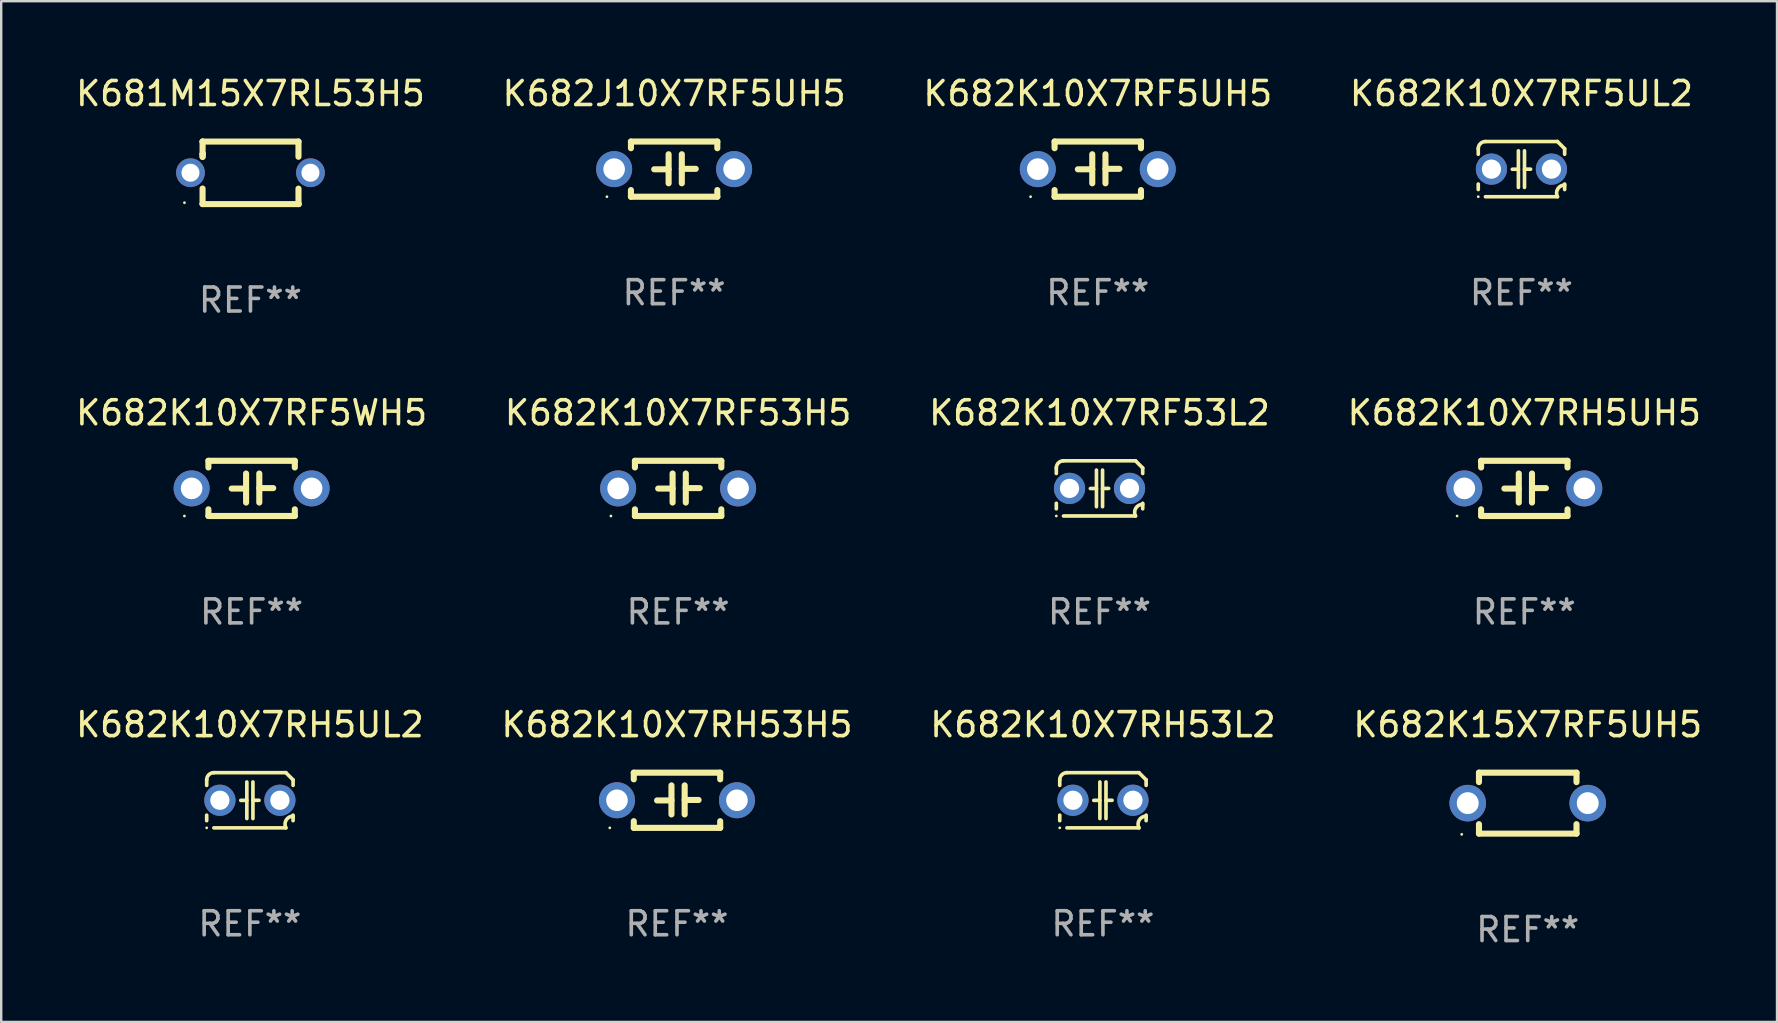
<source format=kicad_pcb>
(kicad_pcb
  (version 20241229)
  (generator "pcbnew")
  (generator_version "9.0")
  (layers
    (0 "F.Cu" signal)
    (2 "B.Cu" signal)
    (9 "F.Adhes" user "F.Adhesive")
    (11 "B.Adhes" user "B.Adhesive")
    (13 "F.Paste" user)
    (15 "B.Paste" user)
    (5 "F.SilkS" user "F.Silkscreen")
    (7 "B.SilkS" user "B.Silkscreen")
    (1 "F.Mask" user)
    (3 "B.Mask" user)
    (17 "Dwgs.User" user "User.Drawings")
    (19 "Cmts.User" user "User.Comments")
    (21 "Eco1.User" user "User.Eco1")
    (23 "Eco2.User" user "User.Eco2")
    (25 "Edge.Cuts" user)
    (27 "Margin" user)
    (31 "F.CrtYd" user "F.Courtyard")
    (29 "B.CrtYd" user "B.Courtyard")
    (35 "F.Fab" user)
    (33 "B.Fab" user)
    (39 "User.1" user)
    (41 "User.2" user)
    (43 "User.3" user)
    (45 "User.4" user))
  (footprint "K682K10X7RF5UH5"
    (layer "F.Cu")
    (at 42.696 3.998)
    (property "Reference" "K682K10X7RF5UH5" (at 0 -3.15 0) (layer "F.SilkS") (effects (font (size 1 1) (thickness 0.15))))
    (attr through_hole)
    (fp_line (start -1.8 -1.15) (end -1.8 -0.872) (stroke (width 0.254) (type solid)) (layer "F.SilkS"))
    (fp_line (start -1.8 -1.15) (end 1.8 -1.15) (stroke (width 0.254) (type solid)) (layer "F.SilkS"))
    (fp_line (start -1.8 0.872) (end -1.8 1.15) (stroke (width 0.254) (type solid)) (layer "F.SilkS"))
    (fp_line (start -1.8 1.15) (end 1.8 1.15) (stroke (width 0.254) (type solid)) (layer "F.SilkS"))
    (fp_line (start -0.23 -0.62) (end -0.23 0.59) (stroke (width 0.254) (type solid)) (layer "F.SilkS"))
    (fp_line (start -0.23 0.007) (end -0.83 0.007) (stroke (width 0.254) (type solid)) (layer "F.SilkS"))
    (fp_line (start 0.32 -0.62) (end 0.32 0.59) (stroke (width 0.254) (type solid)) (layer "F.SilkS"))
    (fp_line (start 0.32 -0.012) (end 0.9 -0.012) (stroke (width 0.254) (type solid)) (layer "F.SilkS"))
    (fp_line (start 1.8 -1.15) (end 1.8 -0.872) (stroke (width 0.254) (type solid)) (layer "F.SilkS"))
    (fp_line (start 1.8 0.872) (end 1.8 1.15) (stroke (width 0.254) (type solid)) (layer "F.SilkS"))
    (fp_circle (center -2.8 1.15) (end -2.77 1.15) (stroke (width 0.06) (type solid)) (fill no) (layer "F.SilkS"))
    (fp_text user "REF**" (at 0 5.15 0) (layer "F.Fab") (effects (font (size 1 1) (thickness 0.15))))
    (pad "1" thru_hole circle (at -2.5 0) (size 1.5 1.5) (drill 0.9) (layers "*.Cu" "*.Mask"))
    (pad "2" thru_hole circle (at 2.5 0) (size 1.5 1.5) (drill 0.9) (layers "*.Cu" "*.Mask")))
  (footprint "K682K10X7RF5UL2"
    (layer "F.Cu")
    (at 60.351 3.998)
    (property "Reference" "K682K10X7RF5UL2" (at 0 -3.15 0) (layer "F.SilkS") (effects (font (size 1 1) (thickness 0.15))))
    (attr through_hole)
    (fp_line (start -1.8 -0.621) (end -1.8 -0.85) (stroke (width 0.152) (type solid)) (layer "F.SilkS"))
    (fp_line (start -1.8 0.85) (end -1.8 0.621) (stroke (width 0.152) (type solid)) (layer "F.SilkS"))
    (fp_line (start -1.5 -1.15) (end 1.5 -1.15) (stroke (width 0.152) (type solid)) (layer "F.SilkS"))
    (fp_line (start -0.127 -0.762) (end -0.127 0.762) (stroke (width 0.152) (type solid)) (layer "F.SilkS"))
    (fp_line (start -0.127 0.005) (end -0.381 0.005) (stroke (width 0.152) (type solid)) (layer "F.SilkS"))
    (fp_line (start 0.127 -0.762) (end 0.127 0.762) (stroke (width 0.152) (type solid)) (layer "F.SilkS"))
    (fp_line (start 0.127 0.002) (end 0.381 0.002) (stroke (width 0.152) (type solid)) (layer "F.SilkS"))
    (fp_line (start 1.5 1.15) (end -1.5 1.15) (stroke (width 0.152) (type solid)) (layer "F.SilkS"))
    (fp_line (start 1.8 -0.85) (end 1.8 -0.621) (stroke (width 0.152) (type solid)) (layer "F.SilkS"))
    (fp_line (start 1.8 0.621) (end 1.8 0.85) (stroke (width 0.152) (type solid)) (layer "F.SilkS"))
    (fp_arc (start -1.799975 -0.849987) (mid -1.712107 -1.062119) (end -1.499975 -1.149987) (stroke (width 0.151994) (type solid)) (layer "F.SilkS"))
    (fp_arc (start 1.499975 1.149987) (mid 1.513726 0.822359) (end 1.799975 0.662387) (stroke (width 0.151994) (type solid)) (layer "F.SilkS"))
    (fp_arc (start 1.500001 -1.149986) (mid 1.650015 -1.000001) (end 1.8 -0.849987) (stroke (width 0.151994) (type solid)) (layer "F.SilkS"))
    (fp_circle (center -1.8 1.15) (end -1.77 1.15) (stroke (width 0.06) (type solid)) (fill no) (layer "F.SilkS"))
    (fp_text user "REF**" (at 0 5.15 0) (layer "F.Fab") (effects (font (size 1 1) (thickness 0.15))))
    (pad "1" thru_hole circle (at -1.25 0) (size 1.3 1.3) (drill 0.8) (layers "*.Cu" "*.Mask"))
    (pad "2" thru_hole circle (at 1.25 0) (size 1.3 1.3) (drill 0.8) (layers "*.Cu" "*.Mask")))
  (footprint "K682K10X7RF53H5"
    (layer "F.Cu")
    (at 25.208 17.302)
    (property "Reference" "K682K10X7RF53H5" (at 0 -3.15 0) (layer "F.SilkS") (effects (font (size 1 1) (thickness 0.15))))
    (attr through_hole)
    (fp_line (start -1.8 -1.15) (end -1.8 -0.872) (stroke (width 0.254) (type solid)) (layer "F.SilkS"))
    (fp_line (start -1.8 -1.15) (end 1.8 -1.15) (stroke (width 0.254) (type solid)) (layer "F.SilkS"))
    (fp_line (start -1.8 0.872) (end -1.8 1.15) (stroke (width 0.254) (type solid)) (layer "F.SilkS"))
    (fp_line (start -1.8 1.15) (end 1.8 1.15) (stroke (width 0.254) (type solid)) (layer "F.SilkS"))
    (fp_line (start -0.23 -0.62) (end -0.23 0.59) (stroke (width 0.254) (type solid)) (layer "F.SilkS"))
    (fp_line (start -0.23 0.007) (end -0.83 0.007) (stroke (width 0.254) (type solid)) (layer "F.SilkS"))
    (fp_line (start 0.32 -0.62) (end 0.32 0.59) (stroke (width 0.254) (type solid)) (layer "F.SilkS"))
    (fp_line (start 0.32 -0.012) (end 0.9 -0.012) (stroke (width 0.254) (type solid)) (layer "F.SilkS"))
    (fp_line (start 1.8 -1.15) (end 1.8 -0.872) (stroke (width 0.254) (type solid)) (layer "F.SilkS"))
    (fp_line (start 1.8 0.872) (end 1.8 1.15) (stroke (width 0.254) (type solid)) (layer "F.SilkS"))
    (fp_circle (center -2.8 1.15) (end -2.77 1.15) (stroke (width 0.06) (type solid)) (fill no) (layer "F.SilkS"))
    (fp_text user "REF**" (at 0 5.15 0) (layer "F.Fab") (effects (font (size 1 1) (thickness 0.15))))
    (pad "1" thru_hole circle (at -2.5 0) (size 1.5 1.5) (drill 0.9) (layers "*.Cu" "*.Mask"))
    (pad "2" thru_hole circle (at 2.5 0) (size 1.5 1.5) (drill 0.9) (layers "*.Cu" "*.Mask")))
  (footprint "K682K10X7RF53L2"
    (layer "F.Cu")
    (at 42.768 17.302)
    (property "Reference" "K682K10X7RF53L2" (at 0 -3.15 0) (layer "F.SilkS") (effects (font (size 1 1) (thickness 0.15))))
    (attr through_hole)
    (fp_line (start -1.8 -0.621) (end -1.8 -0.85) (stroke (width 0.152) (type solid)) (layer "F.SilkS"))
    (fp_line (start -1.8 0.85) (end -1.8 0.621) (stroke (width 0.152) (type solid)) (layer "F.SilkS"))
    (fp_line (start -1.5 -1.15) (end 1.5 -1.15) (stroke (width 0.152) (type solid)) (layer "F.SilkS"))
    (fp_line (start -0.127 -0.762) (end -0.127 0.762) (stroke (width 0.152) (type solid)) (layer "F.SilkS"))
    (fp_line (start -0.127 0.005) (end -0.381 0.005) (stroke (width 0.152) (type solid)) (layer "F.SilkS"))
    (fp_line (start 0.127 -0.762) (end 0.127 0.762) (stroke (width 0.152) (type solid)) (layer "F.SilkS"))
    (fp_line (start 0.127 0.002) (end 0.381 0.002) (stroke (width 0.152) (type solid)) (layer "F.SilkS"))
    (fp_line (start 1.5 1.15) (end -1.5 1.15) (stroke (width 0.152) (type solid)) (layer "F.SilkS"))
    (fp_line (start 1.8 -0.85) (end 1.8 -0.621) (stroke (width 0.152) (type solid)) (layer "F.SilkS"))
    (fp_line (start 1.8 0.621) (end 1.8 0.85) (stroke (width 0.152) (type solid)) (layer "F.SilkS"))
    (fp_arc (start -1.799975 -0.849987) (mid -1.712107 -1.062119) (end -1.499975 -1.149987) (stroke (width 0.151994) (type solid)) (layer "F.SilkS"))
    (fp_arc (start 1.499975 1.149987) (mid 1.513726 0.822359) (end 1.799975 0.662387) (stroke (width 0.151994) (type solid)) (layer "F.SilkS"))
    (fp_arc (start 1.500001 -1.149986) (mid 1.650015 -1.000001) (end 1.8 -0.849987) (stroke (width 0.151994) (type solid)) (layer "F.SilkS"))
    (fp_circle (center -1.8 1.15) (end -1.77 1.15) (stroke (width 0.06) (type solid)) (fill no) (layer "F.SilkS"))
    (fp_text user "REF**" (at 0 5.15 0) (layer "F.Fab") (effects (font (size 1 1) (thickness 0.15))))
    (pad "1" thru_hole circle (at -1.25 0) (size 1.3 1.3) (drill 0.8) (layers "*.Cu" "*.Mask"))
    (pad "2" thru_hole circle (at 1.25 0) (size 1.3 1.3) (drill 0.8) (layers "*.Cu" "*.Mask")))
  (footprint "K682K10X7RH5UL2"
    (layer "F.Cu")
    (at 7.363 30.298)
    (property "Reference" "K682K10X7RH5UL2" (at 0 -3.15 0) (layer "F.SilkS") (effects (font (size 1 1) (thickness 0.15))))
    (attr through_hole)
    (fp_line (start -1.8 -0.621) (end -1.8 -0.85) (stroke (width 0.152) (type solid)) (layer "F.SilkS"))
    (fp_line (start -1.8 0.85) (end -1.8 0.621) (stroke (width 0.152) (type solid)) (layer "F.SilkS"))
    (fp_line (start -1.5 -1.15) (end 1.5 -1.15) (stroke (width 0.152) (type solid)) (layer "F.SilkS"))
    (fp_line (start -0.127 -0.762) (end -0.127 0.762) (stroke (width 0.152) (type solid)) (layer "F.SilkS"))
    (fp_line (start -0.127 0.005) (end -0.381 0.005) (stroke (width 0.152) (type solid)) (layer "F.SilkS"))
    (fp_line (start 0.127 -0.762) (end 0.127 0.762) (stroke (width 0.152) (type solid)) (layer "F.SilkS"))
    (fp_line (start 0.127 0.002) (end 0.381 0.002) (stroke (width 0.152) (type solid)) (layer "F.SilkS"))
    (fp_line (start 1.5 1.15) (end -1.5 1.15) (stroke (width 0.152) (type solid)) (layer "F.SilkS"))
    (fp_line (start 1.8 -0.85) (end 1.8 -0.621) (stroke (width 0.152) (type solid)) (layer "F.SilkS"))
    (fp_line (start 1.8 0.621) (end 1.8 0.85) (stroke (width 0.152) (type solid)) (layer "F.SilkS"))
    (fp_arc (start -1.799975 -0.849987) (mid -1.712107 -1.062119) (end -1.499975 -1.149987) (stroke (width 0.151994) (type solid)) (layer "F.SilkS"))
    (fp_arc (start 1.499975 1.149987) (mid 1.513726 0.822359) (end 1.799975 0.662387) (stroke (width 0.151994) (type solid)) (layer "F.SilkS"))
    (fp_arc (start 1.500001 -1.149986) (mid 1.650015 -1.000001) (end 1.8 -0.849987) (stroke (width 0.151994) (type solid)) (layer "F.SilkS"))
    (fp_circle (center -1.8 1.15) (end -1.77 1.15) (stroke (width 0.06) (type solid)) (fill no) (layer "F.SilkS"))
    (fp_text user "REF**" (at 0 5.15 0) (layer "F.Fab") (effects (font (size 1 1) (thickness 0.15))))
    (pad "1" thru_hole circle (at -1.25 0) (size 1.3 1.3) (drill 0.8) (layers "*.Cu" "*.Mask"))
    (pad "2" thru_hole circle (at 1.25 0) (size 1.3 1.3) (drill 0.8) (layers "*.Cu" "*.Mask")))
  (footprint "K682K10X7RF5WH5"
    (layer "F.Cu")
    (at 7.435 17.302)
    (property "Reference" "K682K10X7RF5WH5" (at 0 -3.15 0) (layer "F.SilkS") (effects (font (size 1 1) (thickness 0.15))))
    (attr through_hole)
    (fp_line (start -1.8 -1.15) (end -1.8 -0.872) (stroke (width 0.254) (type solid)) (layer "F.SilkS"))
    (fp_line (start -1.8 -1.15) (end 1.8 -1.15) (stroke (width 0.254) (type solid)) (layer "F.SilkS"))
    (fp_line (start -1.8 0.872) (end -1.8 1.15) (stroke (width 0.254) (type solid)) (layer "F.SilkS"))
    (fp_line (start -1.8 1.15) (end 1.8 1.15) (stroke (width 0.254) (type solid)) (layer "F.SilkS"))
    (fp_line (start -0.23 -0.62) (end -0.23 0.59) (stroke (width 0.254) (type solid)) (layer "F.SilkS"))
    (fp_line (start -0.23 0.007) (end -0.83 0.007) (stroke (width 0.254) (type solid)) (layer "F.SilkS"))
    (fp_line (start 0.32 -0.62) (end 0.32 0.59) (stroke (width 0.254) (type solid)) (layer "F.SilkS"))
    (fp_line (start 0.32 -0.012) (end 0.9 -0.012) (stroke (width 0.254) (type solid)) (layer "F.SilkS"))
    (fp_line (start 1.8 -1.15) (end 1.8 -0.872) (stroke (width 0.254) (type solid)) (layer "F.SilkS"))
    (fp_line (start 1.8 0.872) (end 1.8 1.15) (stroke (width 0.254) (type solid)) (layer "F.SilkS"))
    (fp_circle (center -2.8 1.15) (end -2.77 1.15) (stroke (width 0.06) (type solid)) (fill no) (layer "F.SilkS"))
    (fp_text user "REF**" (at 0 5.15 0) (layer "F.Fab") (effects (font (size 1 1) (thickness 0.15))))
    (pad "1" thru_hole circle (at -2.5 0) (size 1.5 1.5) (drill 0.9) (layers "*.Cu" "*.Mask"))
    (pad "2" thru_hole circle (at 2.5 0) (size 1.5 1.5) (drill 0.9) (layers "*.Cu" "*.Mask")))
  (footprint "K682K10X7RH53L2"
    (layer "F.Cu")
    (at 42.911 30.298)
    (property "Reference" "K682K10X7RH53L2" (at 0 -3.15 0) (layer "F.SilkS") (effects (font (size 1 1) (thickness 0.15))))
    (attr through_hole)
    (fp_line (start -1.8 -0.621) (end -1.8 -0.85) (stroke (width 0.152) (type solid)) (layer "F.SilkS"))
    (fp_line (start -1.8 0.85) (end -1.8 0.621) (stroke (width 0.152) (type solid)) (layer "F.SilkS"))
    (fp_line (start -1.5 -1.15) (end 1.5 -1.15) (stroke (width 0.152) (type solid)) (layer "F.SilkS"))
    (fp_line (start -0.127 -0.762) (end -0.127 0.762) (stroke (width 0.152) (type solid)) (layer "F.SilkS"))
    (fp_line (start -0.127 0.005) (end -0.381 0.005) (stroke (width 0.152) (type solid)) (layer "F.SilkS"))
    (fp_line (start 0.127 -0.762) (end 0.127 0.762) (stroke (width 0.152) (type solid)) (layer "F.SilkS"))
    (fp_line (start 0.127 0.002) (end 0.381 0.002) (stroke (width 0.152) (type solid)) (layer "F.SilkS"))
    (fp_line (start 1.5 1.15) (end -1.5 1.15) (stroke (width 0.152) (type solid)) (layer "F.SilkS"))
    (fp_line (start 1.8 -0.85) (end 1.8 -0.621) (stroke (width 0.152) (type solid)) (layer "F.SilkS"))
    (fp_line (start 1.8 0.621) (end 1.8 0.85) (stroke (width 0.152) (type solid)) (layer "F.SilkS"))
    (fp_arc (start -1.799975 -0.849987) (mid -1.712107 -1.062119) (end -1.499975 -1.149987) (stroke (width 0.151994) (type solid)) (layer "F.SilkS"))
    (fp_arc (start 1.499975 1.149987) (mid 1.513726 0.822359) (end 1.799975 0.662387) (stroke (width 0.151994) (type solid)) (layer "F.SilkS"))
    (fp_arc (start 1.500001 -1.149986) (mid 1.650015 -1.000001) (end 1.8 -0.849987) (stroke (width 0.151994) (type solid)) (layer "F.SilkS"))
    (fp_circle (center -1.8 1.15) (end -1.77 1.15) (stroke (width 0.06) (type solid)) (fill no) (layer "F.SilkS"))
    (fp_text user "REF**" (at 0 5.15 0) (layer "F.Fab") (effects (font (size 1 1) (thickness 0.15))))
    (pad "1" thru_hole circle (at -1.25 0) (size 1.3 1.3) (drill 0.8) (layers "*.Cu" "*.Mask"))
    (pad "2" thru_hole circle (at 1.25 0) (size 1.3 1.3) (drill 0.8) (layers "*.Cu" "*.Mask")))
  (footprint "K682K10X7RH5UH5"
    (layer "F.Cu")
    (at 60.47 17.302)
    (property "Reference" "K682K10X7RH5UH5" (at 0 -3.15 0) (layer "F.SilkS") (effects (font (size 1 1) (thickness 0.15))))
    (attr through_hole)
    (fp_line (start -1.8 -1.15) (end -1.8 -0.872) (stroke (width 0.254) (type solid)) (layer "F.SilkS"))
    (fp_line (start -1.8 -1.15) (end 1.8 -1.15) (stroke (width 0.254) (type solid)) (layer "F.SilkS"))
    (fp_line (start -1.8 0.872) (end -1.8 1.15) (stroke (width 0.254) (type solid)) (layer "F.SilkS"))
    (fp_line (start -1.8 1.15) (end 1.8 1.15) (stroke (width 0.254) (type solid)) (layer "F.SilkS"))
    (fp_line (start -0.23 -0.62) (end -0.23 0.59) (stroke (width 0.254) (type solid)) (layer "F.SilkS"))
    (fp_line (start -0.23 0.007) (end -0.83 0.007) (stroke (width 0.254) (type solid)) (layer "F.SilkS"))
    (fp_line (start 0.32 -0.62) (end 0.32 0.59) (stroke (width 0.254) (type solid)) (layer "F.SilkS"))
    (fp_line (start 0.32 -0.012) (end 0.9 -0.012) (stroke (width 0.254) (type solid)) (layer "F.SilkS"))
    (fp_line (start 1.8 -1.15) (end 1.8 -0.872) (stroke (width 0.254) (type solid)) (layer "F.SilkS"))
    (fp_line (start 1.8 0.872) (end 1.8 1.15) (stroke (width 0.254) (type solid)) (layer "F.SilkS"))
    (fp_circle (center -2.8 1.15) (end -2.77 1.15) (stroke (width 0.06) (type solid)) (fill no) (layer "F.SilkS"))
    (fp_text user "REF**" (at 0 5.15 0) (layer "F.Fab") (effects (font (size 1 1) (thickness 0.15))))
    (pad "1" thru_hole circle (at -2.5 0) (size 1.5 1.5) (drill 0.9) (layers "*.Cu" "*.Mask"))
    (pad "2" thru_hole circle (at 2.5 0) (size 1.5 1.5) (drill 0.9) (layers "*.Cu" "*.Mask")))
  (footprint "K682J10X7RF5UH5"
    (layer "F.Cu")
    (at 25.042 3.998)
    (property "Reference" "K682J10X7RF5UH5" (at 0 -3.15 0) (layer "F.SilkS") (effects (font (size 1 1) (thickness 0.15))))
    (attr through_hole)
    (fp_line (start -1.8 -1.15) (end -1.8 -0.872) (stroke (width 0.254) (type solid)) (layer "F.SilkS"))
    (fp_line (start -1.8 -1.15) (end 1.8 -1.15) (stroke (width 0.254) (type solid)) (layer "F.SilkS"))
    (fp_line (start -1.8 0.872) (end -1.8 1.15) (stroke (width 0.254) (type solid)) (layer "F.SilkS"))
    (fp_line (start -1.8 1.15) (end 1.8 1.15) (stroke (width 0.254) (type solid)) (layer "F.SilkS"))
    (fp_line (start -0.23 -0.62) (end -0.23 0.59) (stroke (width 0.254) (type solid)) (layer "F.SilkS"))
    (fp_line (start -0.23 0.007) (end -0.83 0.007) (stroke (width 0.254) (type solid)) (layer "F.SilkS"))
    (fp_line (start 0.32 -0.62) (end 0.32 0.59) (stroke (width 0.254) (type solid)) (layer "F.SilkS"))
    (fp_line (start 0.32 -0.012) (end 0.9 -0.012) (stroke (width 0.254) (type solid)) (layer "F.SilkS"))
    (fp_line (start 1.8 -1.15) (end 1.8 -0.872) (stroke (width 0.254) (type solid)) (layer "F.SilkS"))
    (fp_line (start 1.8 0.872) (end 1.8 1.15) (stroke (width 0.254) (type solid)) (layer "F.SilkS"))
    (fp_circle (center -2.8 1.15) (end -2.77 1.15) (stroke (width 0.06) (type solid)) (fill no) (layer "F.SilkS"))
    (fp_text user "REF**" (at 0 5.15 0) (layer "F.Fab") (effects (font (size 1 1) (thickness 0.15))))
    (pad "1" thru_hole circle (at -2.5 0) (size 1.5 1.5) (drill 0.9) (layers "*.Cu" "*.Mask"))
    (pad "2" thru_hole circle (at 2.5 0) (size 1.5 1.5) (drill 0.9) (layers "*.Cu" "*.Mask")))
  (footprint "K682K15X7RF5UH5"
    (layer "F.Cu")
    (at 60.613 30.418)
    (property "Reference" "K682K15X7RF5UH5" (at 0 -3.27 0) (layer "F.SilkS") (effects (font (size 1 1) (thickness 0.15))))
    (attr through_hole)
    (fp_line (start -2.032 -1.27) (end -2.032 -0.876) (stroke (width 0.254) (type solid)) (layer "F.SilkS"))
    (fp_line (start -2.032 0.876) (end -2.032 1.27) (stroke (width 0.254) (type solid)) (layer "F.SilkS"))
    (fp_line (start -2.032 1.27) (end 2.032 1.27) (stroke (width 0.254) (type solid)) (layer "F.SilkS"))
    (fp_line (start 2.032 -1.27) (end -2.032 -1.27) (stroke (width 0.254) (type solid)) (layer "F.SilkS"))
    (fp_line (start 2.032 -0.876) (end 2.032 -1.27) (stroke (width 0.254) (type solid)) (layer "F.SilkS"))
    (fp_line (start 2.032 1.27) (end 2.032 0.876) (stroke (width 0.254) (type solid)) (layer "F.SilkS"))
    (fp_circle (center -2.751 1.3) (end -2.721 1.3) (stroke (width 0.06) (type solid)) (fill no) (layer "F.SilkS"))
    (fp_text user "REF**" (at 0 5.27 0) (layer "F.Fab") (effects (font (size 1 1) (thickness 0.15))))
    (pad "1" thru_hole circle (at -2.5 0) (size 1.524 1.524) (drill 0.914) (layers "*.Cu" "*.Mask"))
    (pad "2" thru_hole circle (at 2.5 0) (size 1.524 1.524) (drill 0.914) (layers "*.Cu" "*.Mask")))
  (footprint "K681M15X7RL53H5"
    (layer "F.Cu")
    (at 7.387 4.152)
    (property "Reference" "K681M15X7RL53H5" (at 0 -3.303 0) (layer "F.SilkS") (effects (font (size 1 1) (thickness 0.15))))
    (attr through_hole)
    (fp_line (start -1.996 -0.782) (end -1.983 -0.795) (stroke (width 0.254) (type solid)) (layer "F.SilkS"))
    (fp_line (start -1.996 -0.665) (end -1.996 -0.782) (stroke (width 0.254) (type solid)) (layer "F.SilkS"))
    (fp_line (start -1.996 1.297) (end -1.996 0.655) (stroke (width 0.254) (type solid)) (layer "F.SilkS"))
    (fp_line (start -1.996 -1.303) (end 2.001 -1.303) (stroke (width 0.254) (type solid)) (layer "F.SilkS"))
    (fp_line (start -1.995 -1.303) (end -1.996 -1.303) (stroke (width 0.254) (type solid)) (layer "F.SilkS"))
    (fp_line (start -1.995 -0.664) (end -1.995 -1.303) (stroke (width 0.254) (type solid)) (layer "F.SilkS"))
    (fp_line (start -1.99 1.303) (end -1.996 1.297) (stroke (width 0.254) (type solid)) (layer "F.SilkS"))
    (fp_line (start 2.001 -1.303) (end 2.001 -0.669) (stroke (width 0.254) (type solid)) (layer "F.SilkS"))
    (fp_line (start 2.001 0.659) (end 2.001 1.297) (stroke (width 0.254) (type solid)) (layer "F.SilkS"))
    (fp_line (start 2.001 1.297) (end 2.008 1.303) (stroke (width 0.254) (type solid)) (layer "F.SilkS"))
    (fp_line (start 2.008 1.303) (end -1.99 1.303) (stroke (width 0.254) (type solid)) (layer "F.SilkS"))
    (fp_circle (center -2.75 1.245) (end -2.72 1.245) (stroke (width 0.06) (type solid)) (fill no) (layer "F.SilkS"))
    (fp_text user "REF**" (at 0 5.303 0) (layer "F.Fab") (effects (font (size 1 1) (thickness 0.15))))
    (pad "1" thru_hole circle (at -2.5 -0.005) (size 1.2 1.2) (drill 0.75) (layers "*.Cu" "*.Mask"))
    (pad "2" thru_hole circle (at 2.5 -0.005) (size 1.2 1.2) (drill 0.75) (layers "*.Cu" "*.Mask")))
  (footprint "K682K10X7RH53H5"
    (layer "F.Cu")
    (at 25.161 30.298)
    (property "Reference" "K682K10X7RH53H5" (at 0 -3.15 0) (layer "F.SilkS") (effects (font (size 1 1) (thickness 0.15))))
    (attr through_hole)
    (fp_line (start -1.8 -1.15) (end -1.8 -0.872) (stroke (width 0.254) (type solid)) (layer "F.SilkS"))
    (fp_line (start -1.8 -1.15) (end 1.8 -1.15) (stroke (width 0.254) (type solid)) (layer "F.SilkS"))
    (fp_line (start -1.8 0.872) (end -1.8 1.15) (stroke (width 0.254) (type solid)) (layer "F.SilkS"))
    (fp_line (start -1.8 1.15) (end 1.8 1.15) (stroke (width 0.254) (type solid)) (layer "F.SilkS"))
    (fp_line (start -0.23 -0.62) (end -0.23 0.59) (stroke (width 0.254) (type solid)) (layer "F.SilkS"))
    (fp_line (start -0.23 0.007) (end -0.83 0.007) (stroke (width 0.254) (type solid)) (layer "F.SilkS"))
    (fp_line (start 0.32 -0.62) (end 0.32 0.59) (stroke (width 0.254) (type solid)) (layer "F.SilkS"))
    (fp_line (start 0.32 -0.012) (end 0.9 -0.012) (stroke (width 0.254) (type solid)) (layer "F.SilkS"))
    (fp_line (start 1.8 -1.15) (end 1.8 -0.872) (stroke (width 0.254) (type solid)) (layer "F.SilkS"))
    (fp_line (start 1.8 0.872) (end 1.8 1.15) (stroke (width 0.254) (type solid)) (layer "F.SilkS"))
    (fp_circle (center -2.8 1.15) (end -2.77 1.15) (stroke (width 0.06) (type solid)) (fill no) (layer "F.SilkS"))
    (fp_text user "REF**" (at 0 5.15 0) (layer "F.Fab") (effects (font (size 1 1) (thickness 0.15))))
    (pad "1" thru_hole circle (at -2.5 0) (size 1.5 1.5) (drill 0.9) (layers "*.Cu" "*.Mask"))
    (pad "2" thru_hole circle (at 2.5 0) (size 1.5 1.5) (drill 0.9) (layers "*.Cu" "*.Mask")))
  (gr_rect
    (start -3 -3)
    (end 71 39.536)
    (stroke (width 0.1) (type default))
    (fill no)
    (layer "Edge.Cuts")))
</source>
